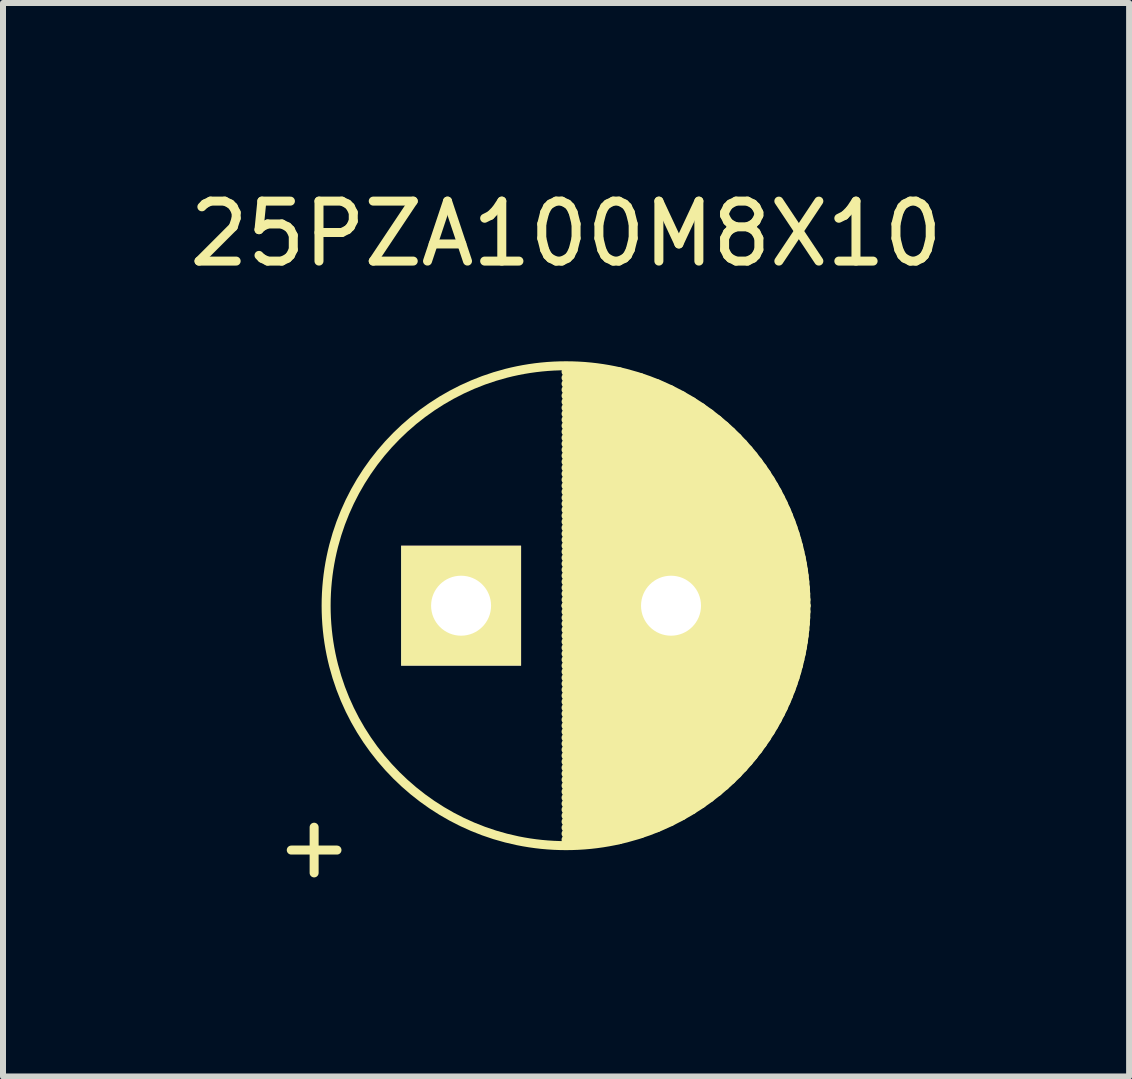
<source format=kicad_pcb>
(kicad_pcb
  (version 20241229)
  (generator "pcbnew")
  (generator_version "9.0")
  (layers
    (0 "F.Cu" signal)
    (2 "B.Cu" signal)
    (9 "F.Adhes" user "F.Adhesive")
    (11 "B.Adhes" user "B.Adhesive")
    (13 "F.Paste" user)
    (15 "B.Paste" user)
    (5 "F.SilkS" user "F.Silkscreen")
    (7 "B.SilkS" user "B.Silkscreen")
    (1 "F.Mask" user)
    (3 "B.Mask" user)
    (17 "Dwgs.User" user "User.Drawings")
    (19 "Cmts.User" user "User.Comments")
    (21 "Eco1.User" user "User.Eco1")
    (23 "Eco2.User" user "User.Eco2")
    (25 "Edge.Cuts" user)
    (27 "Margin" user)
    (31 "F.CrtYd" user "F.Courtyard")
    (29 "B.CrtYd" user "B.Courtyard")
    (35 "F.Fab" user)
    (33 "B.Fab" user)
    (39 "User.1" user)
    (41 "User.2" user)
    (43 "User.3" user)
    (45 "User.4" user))
  (footprint "25PZA100M8X10"
    (layer "F.Cu")
    (at 4.637 7.048)
    (property "Reference" "25PZA100M8X10" (at 1.75 -6.2 0) (layer "F.SilkS") (effects (font (size 1 1) (thickness 0.15))))
    (attr through_hole)
    (fp_line (start 1.75 -3.9) (end 2.639 -3.9) (stroke (width 0.15) (type solid)) (layer "F.SilkS"))
    (fp_line (start 1.75 -3.8) (end 2.999 -3.8) (stroke (width 0.15) (type solid)) (layer "F.SilkS"))
    (fp_line (start 1.75 -3.7) (end 3.27 -3.7) (stroke (width 0.15) (type solid)) (layer "F.SilkS"))
    (fp_line (start 1.75 -3.6) (end 3.494 -3.6) (stroke (width 0.15) (type solid)) (layer "F.SilkS"))
    (fp_line (start 1.75 -3.5) (end 3.686 -3.5) (stroke (width 0.15) (type solid)) (layer "F.SilkS"))
    (fp_line (start 1.75 -3.4) (end 3.857 -3.4) (stroke (width 0.15) (type solid)) (layer "F.SilkS"))
    (fp_line (start 1.75 -3.3) (end 4.011 -3.3) (stroke (width 0.15) (type solid)) (layer "F.SilkS"))
    (fp_line (start 1.75 -3.2) (end 4.15 -3.2) (stroke (width 0.15) (type solid)) (layer "F.SilkS"))
    (fp_line (start 1.75 -3.1) (end 4.278 -3.1) (stroke (width 0.15) (type solid)) (layer "F.SilkS"))
    (fp_line (start 1.75 -3) (end 4.396 -3) (stroke (width 0.15) (type solid)) (layer "F.SilkS"))
    (fp_line (start 1.75 -2.9) (end 4.505 -2.9) (stroke (width 0.15) (type solid)) (layer "F.SilkS"))
    (fp_line (start 1.75 -2.8) (end 4.607 -2.8) (stroke (width 0.15) (type solid)) (layer "F.SilkS"))
    (fp_line (start 1.75 -2.7) (end 4.701 -2.7) (stroke (width 0.15) (type solid)) (layer "F.SilkS"))
    (fp_line (start 1.75 -2.6) (end 4.79 -2.6) (stroke (width 0.15) (type solid)) (layer "F.SilkS"))
    (fp_line (start 1.75 -2.5) (end 4.872 -2.5) (stroke (width 0.15) (type solid)) (layer "F.SilkS"))
    (fp_line (start 1.75 -2.4) (end 4.95 -2.4) (stroke (width 0.15) (type solid)) (layer "F.SilkS"))
    (fp_line (start 1.75 -2.3) (end 5.023 -2.3) (stroke (width 0.15) (type solid)) (layer "F.SilkS"))
    (fp_line (start 1.75 -2.2) (end 5.091 -2.2) (stroke (width 0.15) (type solid)) (layer "F.SilkS"))
    (fp_line (start 1.75 -2.1) (end 5.154 -2.1) (stroke (width 0.15) (type solid)) (layer "F.SilkS"))
    (fp_line (start 1.75 -2) (end 5.214 -2) (stroke (width 0.15) (type solid)) (layer "F.SilkS"))
    (fp_line (start 1.75 -1.9) (end 5.27 -1.9) (stroke (width 0.15) (type solid)) (layer "F.SilkS"))
    (fp_line (start 1.75 -1.8) (end 5.322 -1.8) (stroke (width 0.15) (type solid)) (layer "F.SilkS"))
    (fp_line (start 1.75 -1.7) (end 5.371 -1.7) (stroke (width 0.15) (type solid)) (layer "F.SilkS"))
    (fp_line (start 1.75 -1.6) (end 5.416 -1.6) (stroke (width 0.15) (type solid)) (layer "F.SilkS"))
    (fp_line (start 1.75 -1.5) (end 5.458 -1.5) (stroke (width 0.15) (type solid)) (layer "F.SilkS"))
    (fp_line (start 1.75 -1.4) (end 5.497 -1.4) (stroke (width 0.15) (type solid)) (layer "F.SilkS"))
    (fp_line (start 1.75 -1.3) (end 5.533 -1.3) (stroke (width 0.15) (type solid)) (layer "F.SilkS"))
    (fp_line (start 1.75 -1.2) (end 5.566 -1.2) (stroke (width 0.15) (type solid)) (layer "F.SilkS"))
    (fp_line (start 1.75 -1.1) (end 5.596 -1.1) (stroke (width 0.15) (type solid)) (layer "F.SilkS"))
    (fp_line (start 1.75 -1) (end 5.623 -1) (stroke (width 0.15) (type solid)) (layer "F.SilkS"))
    (fp_line (start 1.75 -0.9) (end 5.647 -0.9) (stroke (width 0.15) (type solid)) (layer "F.SilkS"))
    (fp_line (start 1.75 -0.8) (end 5.669 -0.8) (stroke (width 0.15) (type solid)) (layer "F.SilkS"))
    (fp_line (start 1.75 -0.7) (end 5.688 -0.7) (stroke (width 0.15) (type solid)) (layer "F.SilkS"))
    (fp_line (start 1.75 -0.6) (end 5.705 -0.6) (stroke (width 0.15) (type solid)) (layer "F.SilkS"))
    (fp_line (start 1.75 -0.5) (end 5.719 -0.5) (stroke (width 0.15) (type solid)) (layer "F.SilkS"))
    (fp_line (start 1.75 -0.4) (end 5.73 -0.4) (stroke (width 0.15) (type solid)) (layer "F.SilkS"))
    (fp_line (start 1.75 -0.3) (end 5.739 -0.3) (stroke (width 0.15) (type solid)) (layer "F.SilkS"))
    (fp_line (start 1.75 -0.2) (end 5.745 -0.2) (stroke (width 0.15) (type solid)) (layer "F.SilkS"))
    (fp_line (start 1.75 -0.1) (end 5.749 -0.1) (stroke (width 0.15) (type solid)) (layer "F.SilkS"))
    (fp_line (start 1.75 0) (end 5.75 0) (stroke (width 0.15) (type solid)) (layer "F.SilkS"))
    (fp_line (start 1.75 0) (end 5.75 0) (stroke (width 0.15) (type solid)) (layer "F.SilkS"))
    (fp_line (start 1.75 0.1) (end 5.749 0.1) (stroke (width 0.15) (type solid)) (layer "F.SilkS"))
    (fp_line (start 1.75 0.2) (end 5.745 0.2) (stroke (width 0.15) (type solid)) (layer "F.SilkS"))
    (fp_line (start 1.75 0.3) (end 5.739 0.3) (stroke (width 0.15) (type solid)) (layer "F.SilkS"))
    (fp_line (start 1.75 0.4) (end 5.73 0.4) (stroke (width 0.15) (type solid)) (layer "F.SilkS"))
    (fp_line (start 1.75 0.5) (end 5.719 0.5) (stroke (width 0.15) (type solid)) (layer "F.SilkS"))
    (fp_line (start 1.75 0.6) (end 5.705 0.6) (stroke (width 0.15) (type solid)) (layer "F.SilkS"))
    (fp_line (start 1.75 0.7) (end 5.688 0.7) (stroke (width 0.15) (type solid)) (layer "F.SilkS"))
    (fp_line (start 1.75 0.8) (end 5.669 0.8) (stroke (width 0.15) (type solid)) (layer "F.SilkS"))
    (fp_line (start 1.75 0.9) (end 5.647 0.9) (stroke (width 0.15) (type solid)) (layer "F.SilkS"))
    (fp_line (start 1.75 1) (end 5.623 1) (stroke (width 0.15) (type solid)) (layer "F.SilkS"))
    (fp_line (start 1.75 1.1) (end 5.596 1.1) (stroke (width 0.15) (type solid)) (layer "F.SilkS"))
    (fp_line (start 1.75 1.2) (end 5.566 1.2) (stroke (width 0.15) (type solid)) (layer "F.SilkS"))
    (fp_line (start 1.75 1.3) (end 5.533 1.3) (stroke (width 0.15) (type solid)) (layer "F.SilkS"))
    (fp_line (start 1.75 1.4) (end 5.497 1.4) (stroke (width 0.15) (type solid)) (layer "F.SilkS"))
    (fp_line (start 1.75 1.5) (end 5.458 1.5) (stroke (width 0.15) (type solid)) (layer "F.SilkS"))
    (fp_line (start 1.75 1.6) (end 5.416 1.6) (stroke (width 0.15) (type solid)) (layer "F.SilkS"))
    (fp_line (start 1.75 1.7) (end 5.371 1.7) (stroke (width 0.15) (type solid)) (layer "F.SilkS"))
    (fp_line (start 1.75 1.8) (end 5.322 1.8) (stroke (width 0.15) (type solid)) (layer "F.SilkS"))
    (fp_line (start 1.75 1.9) (end 5.27 1.9) (stroke (width 0.15) (type solid)) (layer "F.SilkS"))
    (fp_line (start 1.75 2) (end 5.214 2) (stroke (width 0.15) (type solid)) (layer "F.SilkS"))
    (fp_line (start 1.75 2.1) (end 5.154 2.1) (stroke (width 0.15) (type solid)) (layer "F.SilkS"))
    (fp_line (start 1.75 2.2) (end 5.091 2.2) (stroke (width 0.15) (type solid)) (layer "F.SilkS"))
    (fp_line (start 1.75 2.3) (end 5.023 2.3) (stroke (width 0.15) (type solid)) (layer "F.SilkS"))
    (fp_line (start 1.75 2.4) (end 4.95 2.4) (stroke (width 0.15) (type solid)) (layer "F.SilkS"))
    (fp_line (start 1.75 2.5) (end 4.872 2.5) (stroke (width 0.15) (type solid)) (layer "F.SilkS"))
    (fp_line (start 1.75 2.6) (end 4.79 2.6) (stroke (width 0.15) (type solid)) (layer "F.SilkS"))
    (fp_line (start 1.75 2.7) (end 4.701 2.7) (stroke (width 0.15) (type solid)) (layer "F.SilkS"))
    (fp_line (start 1.75 2.8) (end 4.607 2.8) (stroke (width 0.15) (type solid)) (layer "F.SilkS"))
    (fp_line (start 1.75 2.9) (end 4.505 2.9) (stroke (width 0.15) (type solid)) (layer "F.SilkS"))
    (fp_line (start 1.75 3) (end 4.396 3) (stroke (width 0.15) (type solid)) (layer "F.SilkS"))
    (fp_line (start 1.75 3.1) (end 4.278 3.1) (stroke (width 0.15) (type solid)) (layer "F.SilkS"))
    (fp_line (start 1.75 3.2) (end 4.15 3.2) (stroke (width 0.15) (type solid)) (layer "F.SilkS"))
    (fp_line (start 1.75 3.3) (end 4.011 3.3) (stroke (width 0.15) (type solid)) (layer "F.SilkS"))
    (fp_line (start 1.75 3.4) (end 3.857 3.4) (stroke (width 0.15) (type solid)) (layer "F.SilkS"))
    (fp_line (start 1.75 3.5) (end 3.686 3.5) (stroke (width 0.15) (type solid)) (layer "F.SilkS"))
    (fp_line (start 1.75 3.6) (end 3.494 3.6) (stroke (width 0.15) (type solid)) (layer "F.SilkS"))
    (fp_line (start 1.75 3.7) (end 3.27 3.7) (stroke (width 0.15) (type solid)) (layer "F.SilkS"))
    (fp_line (start 1.75 3.8) (end 2.999 3.8) (stroke (width 0.15) (type solid)) (layer "F.SilkS"))
    (fp_line (start 1.75 3.9) (end 2.639 3.9) (stroke (width 0.15) (type solid)) (layer "F.SilkS"))
    (fp_circle (center 1.75 0) (end 1.75 -4) (stroke (width 0.15) (type solid)) (fill no) (layer "F.SilkS"))
    (fp_text user "+" (at -2.45 4 0) (layer "F.SilkS") (effects (font (size 1 1) (thickness 0.15))))
    (pad "1" thru_hole rect (at 0 0) (size 2 2) (drill 1) (layers "*.Cu" "*.Mask" "F.SilkS"))
    (pad "2" thru_hole circle (at 3.5 0) (size 2 2) (drill 1) (layers "*.Cu" "*.Mask" "F.SilkS")))
  (gr_rect
    (start -3 -3)
    (end 15.774 14.896)
    (stroke (width 0.1) (type default))
    (fill no)
    (layer "Edge.Cuts")))
</source>
